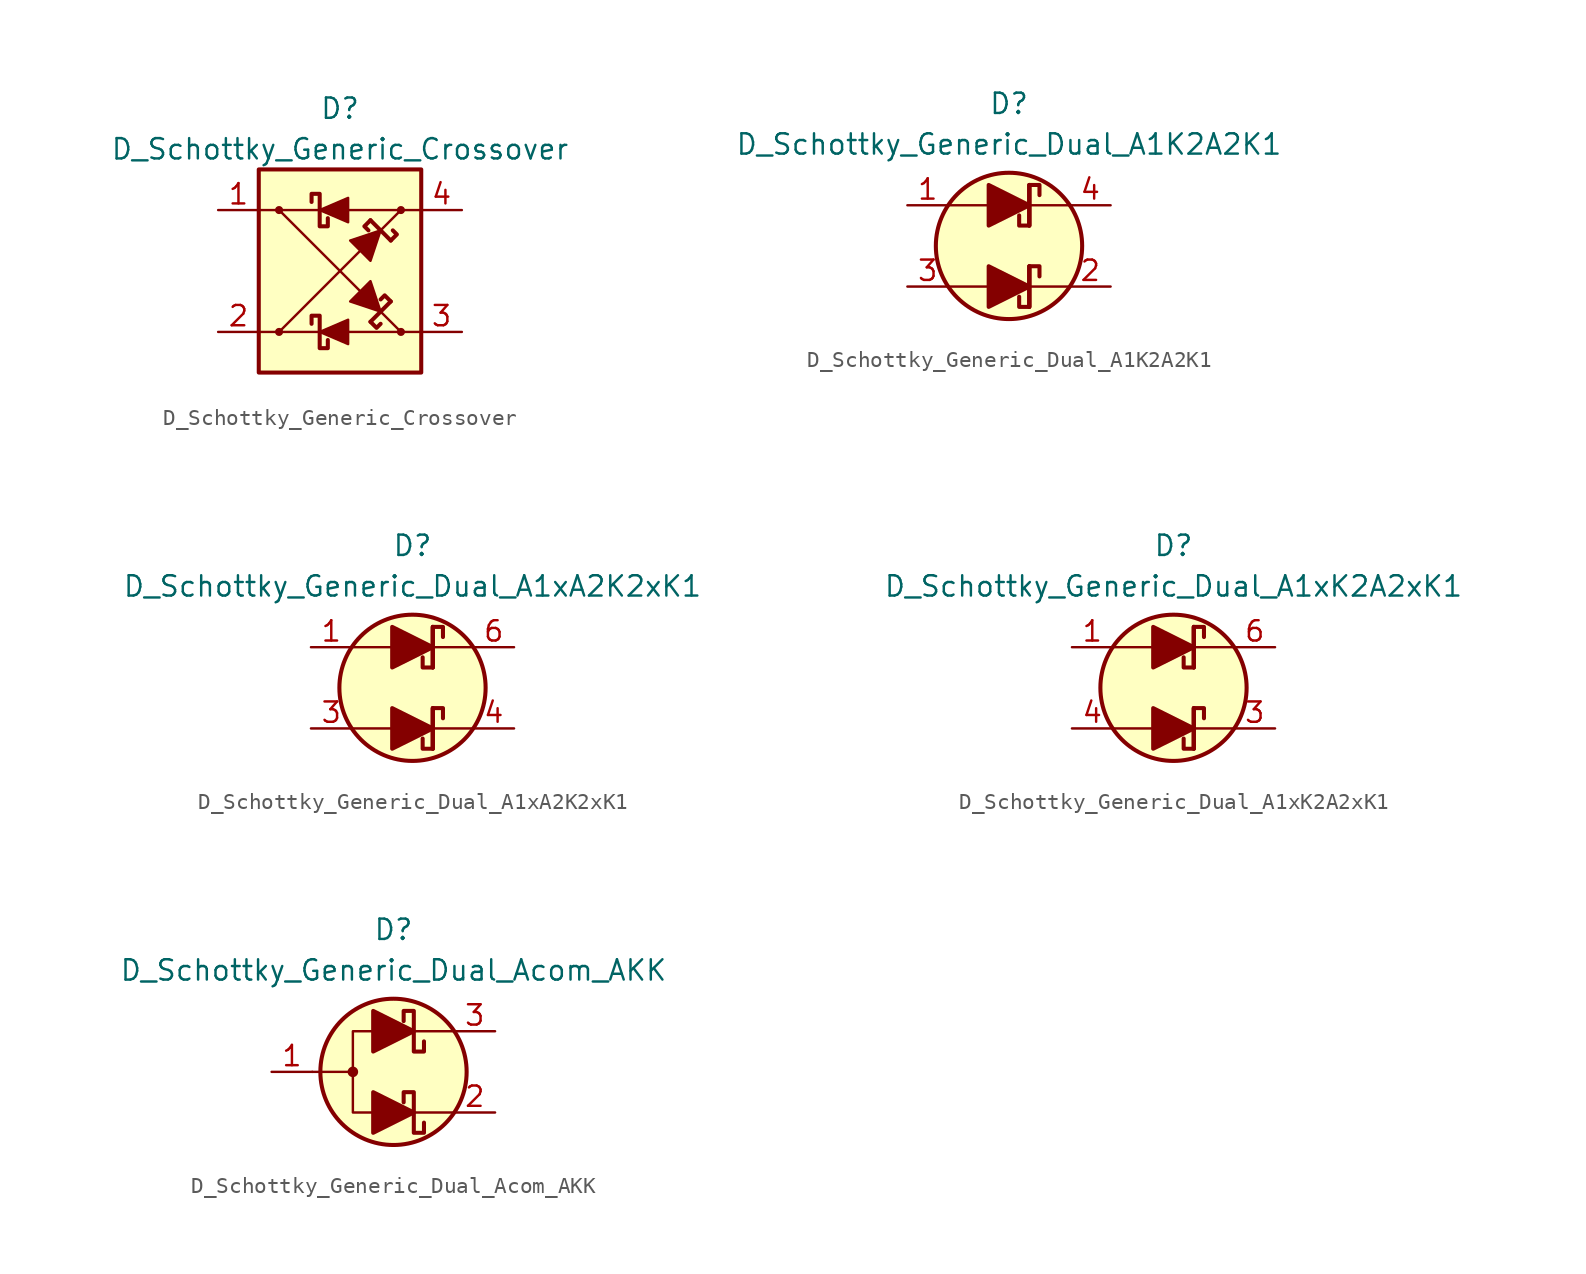
<source format=kicad_sym>
(kicad_symbol_lib
  (version 20201005)
  (generator kicad_symbol_editor)
  (symbol "Diode_Schottky_AKL:D_Schottky_Generic_Crossover"
    (pin_names
      (offset 1.016) hide)
    (property "Reference" "D"
      (at 0 10.16 0)
      (effects (font (size 1.27 1.27))))
    (property "Value" "D_Schottky_Generic_Crossover"
      (at 0 7.62 0)
      (effects (font (size 1.27 1.27))))
    (symbol "D_Schottky_Generic_Crossover_0_1"
      (circle (center -3.81 3.81) (radius 0.178) (stroke (width 0)) (fill (type outline)))
      (polyline (pts (xy -5.08 -3.81) (xy -1.27 -3.81)) (stroke (width 0)) (fill (type none)))
      (polyline (pts (xy -3.81 -3.81) (xy 3.81 3.81)) (stroke (width 0)) (fill (type none)))
      (polyline (pts (xy -1.27 3.81) (xy -5.08 3.81)) (stroke (width 0)) (fill (type none)))
      (polyline (pts (xy 1.905 -3.175) (xy 3.175 -1.905)) (stroke (width 0.254)) (fill (type none)))
      (polyline (pts (xy 3.175 1.905) (xy 1.905 3.175)) (stroke (width 0.254)) (fill (type none)))
      (polyline (pts (xy 3.81 -3.81) (xy -3.81 3.81)) (stroke (width 0)) (fill (type none)))
      (polyline (pts (xy 5.08 3.81) (xy 0.508 3.81)) (stroke (width 0)) (fill (type none)))
      (polyline (pts (xy -0.762 3.302) (xy -0.762 2.794) (xy -1.27 2.794) (xy -1.27 4.826) (xy -1.778 4.826) (xy -1.778 4.318)) (stroke (width 0.254)) (fill (type none)))
      (polyline (pts (xy 0.508 4.572) (xy 0.508 3.048) (xy -1.27 3.81) (xy 0.508 4.572)) (stroke (width 0)) (fill (type outline)))
      (polyline (pts (xy 2.54 -2.54) (xy 1.905 -0.635) (xy 0.635 -1.905) (xy 2.54 -2.54)) (stroke (width 0)) (fill (type outline)))
      (polyline (pts (xy 2.54 2.54) (xy 0.635 1.905) (xy 1.905 0.635) (xy 2.54 2.54)) (stroke (width 0)) (fill (type outline))))
    (symbol "D_Schottky_Generic_Crossover_1_1"
      (circle (center -3.81 -3.81) (radius 0.178) (stroke (width 0)) (fill (type outline)))
      (circle (center 3.81 -3.81) (radius 0.178) (stroke (width 0)) (fill (type outline)))
      (circle (center 3.81 3.81) (radius 0.178) (stroke (width 0)) (fill (type outline)))
      (rectangle (start -5.08 6.35) (end 5.08 -6.35) (stroke (width 0.254)) (fill (type background)))
      (polyline (pts (xy 5.08 -3.81) (xy 0.508 -3.81)) (stroke (width 0)) (fill (type none)))
      (polyline (pts (xy 1.905 -3.175) (xy 2.286 -3.556) (xy 2.54 -3.302)) (stroke (width 0.254)) (fill (type none)))
      (polyline (pts (xy 1.905 3.175) (xy 1.524 2.794) (xy 1.778 2.54)) (stroke (width 0.254)) (fill (type none)))
      (polyline (pts (xy 3.175 -1.905) (xy 2.794 -1.524) (xy 2.54 -1.778)) (stroke (width 0.254)) (fill (type none)))
      (polyline (pts (xy 3.175 1.905) (xy 3.556 2.286) (xy 3.302 2.54)) (stroke (width 0.254)) (fill (type none)))
      (polyline (pts (xy -0.762 -4.318) (xy -0.762 -4.826) (xy -1.27 -4.826) (xy -1.27 -2.794) (xy -1.778 -2.794) (xy -1.778 -3.302)) (stroke (width 0.254)) (fill (type none)))
      (polyline (pts (xy 0.508 -3.048) (xy 0.508 -4.572) (xy -1.27 -3.81) (xy 0.508 -3.048)) (stroke (width 0)) (fill (type outline)))
      (pin passive line (at -7.62 3.81 0) (length 2.54) (name "1" (effects (font (size 1.27 1.27)))) (number "1" (effects (font (size 1.27 1.27)))))
      (pin passive line (at -7.62 -3.81 0) (length 2.54) (name "2" (effects (font (size 1.27 1.27)))) (number "2" (effects (font (size 1.27 1.27)))))
      (pin passive line (at 7.62 -3.81 180) (length 2.54) (name "3" (effects (font (size 1.27 1.27)))) (number "3" (effects (font (size 1.27 1.27)))))
      (pin passive line (at 7.62 3.81 180) (length 2.54) (name "4" (effects (font (size 1.27 1.27)))) (number "4" (effects (font (size 1.27 1.27)))))))
  (symbol "Diode_Schottky_AKL:D_Schottky_Generic_Dual_A1K2A2K1"
    (pin_names
      (offset 1.016) hide)
    (property "Reference" "D"
      (at 0 8.89 0)
      (effects (font (size 1.27 1.27))))
    (property "Value" "D_Schottky_Generic_Dual_A1K2A2K1"
      (at 0 6.35 0)
      (effects (font (size 1.27 1.27))))
    (symbol "D_Schottky_Generic_Dual_A1K2A2K1_0_1"
      (circle (center 0 0) (radius 4.572) (stroke (width 0.254)) (fill (type background)))
      (polyline (pts (xy -3.81 -2.54) (xy -1.27 -2.54)) (stroke (width 0)) (fill (type none)))
      (polyline (pts (xy -3.81 2.54) (xy -1.27 2.54)) (stroke (width 0)) (fill (type none)))
      (polyline (pts (xy 1.27 -3.81) (xy 1.27 -1.27)) (stroke (width 0.254)) (fill (type none)))
      (polyline (pts (xy 1.27 -2.54) (xy 3.81 -2.54)) (stroke (width 0)) (fill (type none)))
      (polyline (pts (xy 1.27 1.27) (xy 1.27 3.81)) (stroke (width 0.254)) (fill (type none)))
      (polyline (pts (xy 1.27 2.54) (xy 3.81 2.54)) (stroke (width 0)) (fill (type none))))
    (symbol "D_Schottky_Generic_Dual_A1K2A2K1_1_1"
      (polyline (pts (xy -1.27 -2.54) (xy 1.27 -2.54)) (stroke (width 0)) (fill (type none)))
      (polyline (pts (xy -1.27 2.54) (xy 1.27 2.54)) (stroke (width 0)) (fill (type none)))
      (polyline (pts (xy 1.27 -1.27) (xy 1.27 -3.81)) (stroke (width 0.254)) (fill (type none)))
      (polyline (pts (xy 1.27 3.81) (xy 1.27 1.27)) (stroke (width 0.254)) (fill (type none)))
      (polyline (pts (xy 1.905 -1.905) (xy 1.905 -1.27) (xy 1.27 -1.27) (xy 1.27 -3.81) (xy 0.635 -3.81) (xy 0.635 -3.175)) (stroke (width 0.254)) (fill (type none)))
      (polyline (pts (xy 1.905 3.175) (xy 1.905 3.81) (xy 1.27 3.81) (xy 1.27 1.27) (xy 0.635 1.27) (xy 0.635 1.905)) (stroke (width 0.254)) (fill (type none)))
      (polyline (pts (xy -1.27 -3.81) (xy -1.27 -1.27) (xy 1.27 -2.54) (xy -1.27 -3.81)) (stroke (width 0.254)) (fill (type outline)))
      (polyline (pts (xy -1.27 1.27) (xy -1.27 3.81) (xy 1.27 2.54) (xy -1.27 1.27)) (stroke (width 0.254)) (fill (type outline)))
      (pin passive line (at -6.35 2.54 0) (length 2.54) (name "A1" (effects (font (size 1.27 1.27)))) (number "1" (effects (font (size 1.27 1.27)))))
      (pin passive line (at 6.35 -2.54 180) (length 2.54) (name "K2" (effects (font (size 1.27 1.27)))) (number "2" (effects (font (size 1.27 1.27)))))
      (pin passive line (at -6.35 -2.54 0) (length 2.54) (name "A2" (effects (font (size 1.27 1.27)))) (number "3" (effects (font (size 1.27 1.27)))))
      (pin passive line (at 6.35 2.54 180) (length 2.54) (name "K1" (effects (font (size 1.27 1.27)))) (number "4" (effects (font (size 1.27 1.27)))))))
  (symbol "Diode_Schottky_AKL:D_Schottky_Generic_Dual_A1xA2K2xK1"
    (pin_names
      (offset 1.016) hide)
    (property "Reference" "D"
      (at 0 8.89 0)
      (effects (font (size 1.27 1.27))))
    (property "Value" "D_Schottky_Generic_Dual_A1xA2K2xK1"
      (at 0 6.35 0)
      (effects (font (size 1.27 1.27))))
    (symbol "D_Schottky_Generic_Dual_A1xA2K2xK1_0_1"
      (circle (center 0 0) (radius 4.572) (stroke (width 0.254)) (fill (type background)))
      (polyline (pts (xy -3.81 -2.54) (xy -1.27 -2.54)) (stroke (width 0)) (fill (type none)))
      (polyline (pts (xy -3.81 2.54) (xy -1.27 2.54)) (stroke (width 0)) (fill (type none)))
      (polyline (pts (xy 1.27 -3.81) (xy 1.27 -1.27)) (stroke (width 0.254)) (fill (type none)))
      (polyline (pts (xy 1.27 -2.54) (xy 3.81 -2.54)) (stroke (width 0)) (fill (type none)))
      (polyline (pts (xy 1.27 1.27) (xy 1.27 3.81)) (stroke (width 0.254)) (fill (type none)))
      (polyline (pts (xy 1.27 2.54) (xy 3.81 2.54)) (stroke (width 0)) (fill (type none))))
    (symbol "D_Schottky_Generic_Dual_A1xA2K2xK1_1_1"
      (polyline (pts (xy -1.27 -2.54) (xy 1.27 -2.54)) (stroke (width 0)) (fill (type none)))
      (polyline (pts (xy -1.27 2.54) (xy 1.27 2.54)) (stroke (width 0)) (fill (type none)))
      (polyline (pts (xy 1.27 -1.27) (xy 1.27 -3.81)) (stroke (width 0.254)) (fill (type none)))
      (polyline (pts (xy 1.27 3.81) (xy 1.27 1.27)) (stroke (width 0.254)) (fill (type none)))
      (polyline (pts (xy 1.905 -1.905) (xy 1.905 -1.27) (xy 1.27 -1.27) (xy 1.27 -3.81) (xy 0.635 -3.81) (xy 0.635 -3.175)) (stroke (width 0.254)) (fill (type none)))
      (polyline (pts (xy 1.905 3.175) (xy 1.905 3.81) (xy 1.27 3.81) (xy 1.27 1.27) (xy 0.635 1.27) (xy 0.635 1.905)) (stroke (width 0.254)) (fill (type none)))
      (polyline (pts (xy -1.27 -3.81) (xy -1.27 -1.27) (xy 1.27 -2.54) (xy -1.27 -3.81)) (stroke (width 0.254)) (fill (type outline)))
      (polyline (pts (xy -1.27 1.27) (xy -1.27 3.81) (xy 1.27 2.54) (xy -1.27 1.27)) (stroke (width 0.254)) (fill (type outline)))
      (pin passive line (at -6.35 2.54 0) (length 2.54) (name "A1" (effects (font (size 1.27 1.27)))) (number "1" (effects (font (size 1.27 1.27)))))
      (pin passive line (at -6.35 -2.54 0) (length 2.54) (name "A2" (effects (font (size 1.27 1.27)))) (number "3" (effects (font (size 1.27 1.27)))))
      (pin passive line (at 6.35 -2.54 180) (length 2.54) (name "K2" (effects (font (size 1.27 1.27)))) (number "4" (effects (font (size 1.27 1.27)))))
      (pin passive line (at 6.35 2.54 180) (length 2.54) (name "K1" (effects (font (size 1.27 1.27)))) (number "6" (effects (font (size 1.27 1.27)))))))
  (symbol "Diode_Schottky_AKL:D_Schottky_Generic_Dual_A1xK2A2xK1"
    (pin_names
      (offset 1.016) hide)
    (property "Reference" "D"
      (at 0 8.89 0)
      (effects (font (size 1.27 1.27))))
    (property "Value" "D_Schottky_Generic_Dual_A1xK2A2xK1"
      (at 0 6.35 0)
      (effects (font (size 1.27 1.27))))
    (symbol "D_Schottky_Generic_Dual_A1xK2A2xK1_0_1"
      (circle (center 0 0) (radius 4.572) (stroke (width 0.254)) (fill (type background)))
      (polyline (pts (xy -3.81 -2.54) (xy -1.27 -2.54)) (stroke (width 0)) (fill (type none)))
      (polyline (pts (xy -3.81 2.54) (xy -1.27 2.54)) (stroke (width 0)) (fill (type none)))
      (polyline (pts (xy 1.27 -3.81) (xy 1.27 -1.27)) (stroke (width 0.254)) (fill (type none)))
      (polyline (pts (xy 1.27 -2.54) (xy 3.81 -2.54)) (stroke (width 0)) (fill (type none)))
      (polyline (pts (xy 1.27 1.27) (xy 1.27 3.81)) (stroke (width 0.254)) (fill (type none)))
      (polyline (pts (xy 1.27 2.54) (xy 3.81 2.54)) (stroke (width 0)) (fill (type none))))
    (symbol "D_Schottky_Generic_Dual_A1xK2A2xK1_1_1"
      (polyline (pts (xy -1.27 -2.54) (xy 1.27 -2.54)) (stroke (width 0)) (fill (type none)))
      (polyline (pts (xy -1.27 2.54) (xy 1.27 2.54)) (stroke (width 0)) (fill (type none)))
      (polyline (pts (xy 1.27 -1.27) (xy 1.27 -3.81)) (stroke (width 0.254)) (fill (type none)))
      (polyline (pts (xy 1.27 3.81) (xy 1.27 1.27)) (stroke (width 0.254)) (fill (type none)))
      (polyline (pts (xy 1.905 -1.905) (xy 1.905 -1.27) (xy 1.27 -1.27) (xy 1.27 -3.81) (xy 0.635 -3.81) (xy 0.635 -3.175)) (stroke (width 0.254)) (fill (type none)))
      (polyline (pts (xy 1.905 3.175) (xy 1.905 3.81) (xy 1.27 3.81) (xy 1.27 1.27) (xy 0.635 1.27) (xy 0.635 1.905)) (stroke (width 0.254)) (fill (type none)))
      (polyline (pts (xy -1.27 -3.81) (xy -1.27 -1.27) (xy 1.27 -2.54) (xy -1.27 -3.81)) (stroke (width 0.254)) (fill (type outline)))
      (polyline (pts (xy -1.27 1.27) (xy -1.27 3.81) (xy 1.27 2.54) (xy -1.27 1.27)) (stroke (width 0.254)) (fill (type outline)))
      (pin passive line (at -6.35 2.54 0) (length 2.54) (name "A1" (effects (font (size 1.27 1.27)))) (number "1" (effects (font (size 1.27 1.27)))))
      (pin passive line (at 6.35 -2.54 180) (length 2.54) (name "K2" (effects (font (size 1.27 1.27)))) (number "3" (effects (font (size 1.27 1.27)))))
      (pin passive line (at -6.35 -2.54 0) (length 2.54) (name "A2" (effects (font (size 1.27 1.27)))) (number "4" (effects (font (size 1.27 1.27)))))
      (pin passive line (at 6.35 2.54 180) (length 2.54) (name "K1" (effects (font (size 1.27 1.27)))) (number "6" (effects (font (size 1.27 1.27)))))))
  (symbol "Diode_Schottky_AKL:D_Schottky_Generic_Dual_Acom_AKK"
    (pin_names
      (offset 1.016) hide)
    (property "Reference" "D"
      (at 0 8.89 0)
      (effects (font (size 1.27 1.27))))
    (property "Value" "D_Schottky_Generic_Dual_Acom_AKK"
      (at 0 6.35 0)
      (effects (font (size 1.27 1.27))))
    (symbol "D_Schottky_Generic_Dual_Acom_AKK_0_1"
      (circle (center -2.54 0) (radius 0.254) (stroke (width 0)) (fill (type outline)))
      (circle (center 0 0) (radius 4.572) (stroke (width 0.254)) (fill (type background)))
      (polyline (pts (xy -5.08 0) (xy -2.54 0)) (stroke (width 0)) (fill (type none)))
      (polyline (pts (xy 1.27 -2.54) (xy 3.81 -2.54)) (stroke (width 0)) (fill (type none)))
      (polyline (pts (xy 1.27 2.54) (xy 3.81 2.54)) (stroke (width 0)) (fill (type none)))
      (polyline (pts (xy -1.27 2.54) (xy -2.54 2.54) (xy -2.54 -2.54) (xy -1.27 -2.54)) (stroke (width 0)) (fill (type none))))
    (symbol "D_Schottky_Generic_Dual_Acom_AKK_1_1"
      (polyline (pts (xy -1.27 -2.54) (xy 1.27 -2.54)) (stroke (width 0)) (fill (type none)))
      (polyline (pts (xy -1.27 2.54) (xy 1.27 2.54)) (stroke (width 0)) (fill (type none)))
      (polyline (pts (xy 1.905 -3.175) (xy 1.905 -3.81) (xy 1.27 -3.81) (xy 1.27 -1.27) (xy 0.635 -1.27) (xy 0.635 -1.905)) (stroke (width 0.254)) (fill (type none)))
      (polyline (pts (xy 1.905 1.905) (xy 1.905 1.27) (xy 1.27 1.27) (xy 1.27 3.81) (xy 0.635 3.81) (xy 0.635 3.175)) (stroke (width 0.254)) (fill (type none)))
      (polyline (pts (xy -1.27 -3.81) (xy -1.27 -1.27) (xy 1.27 -2.54) (xy -1.27 -3.81)) (stroke (width 0.254)) (fill (type outline)))
      (polyline (pts (xy -1.27 1.27) (xy -1.27 3.81) (xy 1.27 2.54) (xy -1.27 1.27)) (stroke (width 0.254)) (fill (type outline)))
      (pin passive line (at -7.62 0 0) (length 2.54) (name "A" (effects (font (size 1.27 1.27)))) (number "1" (effects (font (size 1.27 1.27)))))
      (pin passive line (at 6.35 -2.54 180) (length 2.54) (name "K1" (effects (font (size 1.27 1.27)))) (number "2" (effects (font (size 1.27 1.27)))))
      (pin passive line (at 6.35 2.54 180) (length 2.54) (name "K2" (effects (font (size 1.27 1.27)))) (number "3" (effects (font (size 1.27 1.27))))))))
</source>
